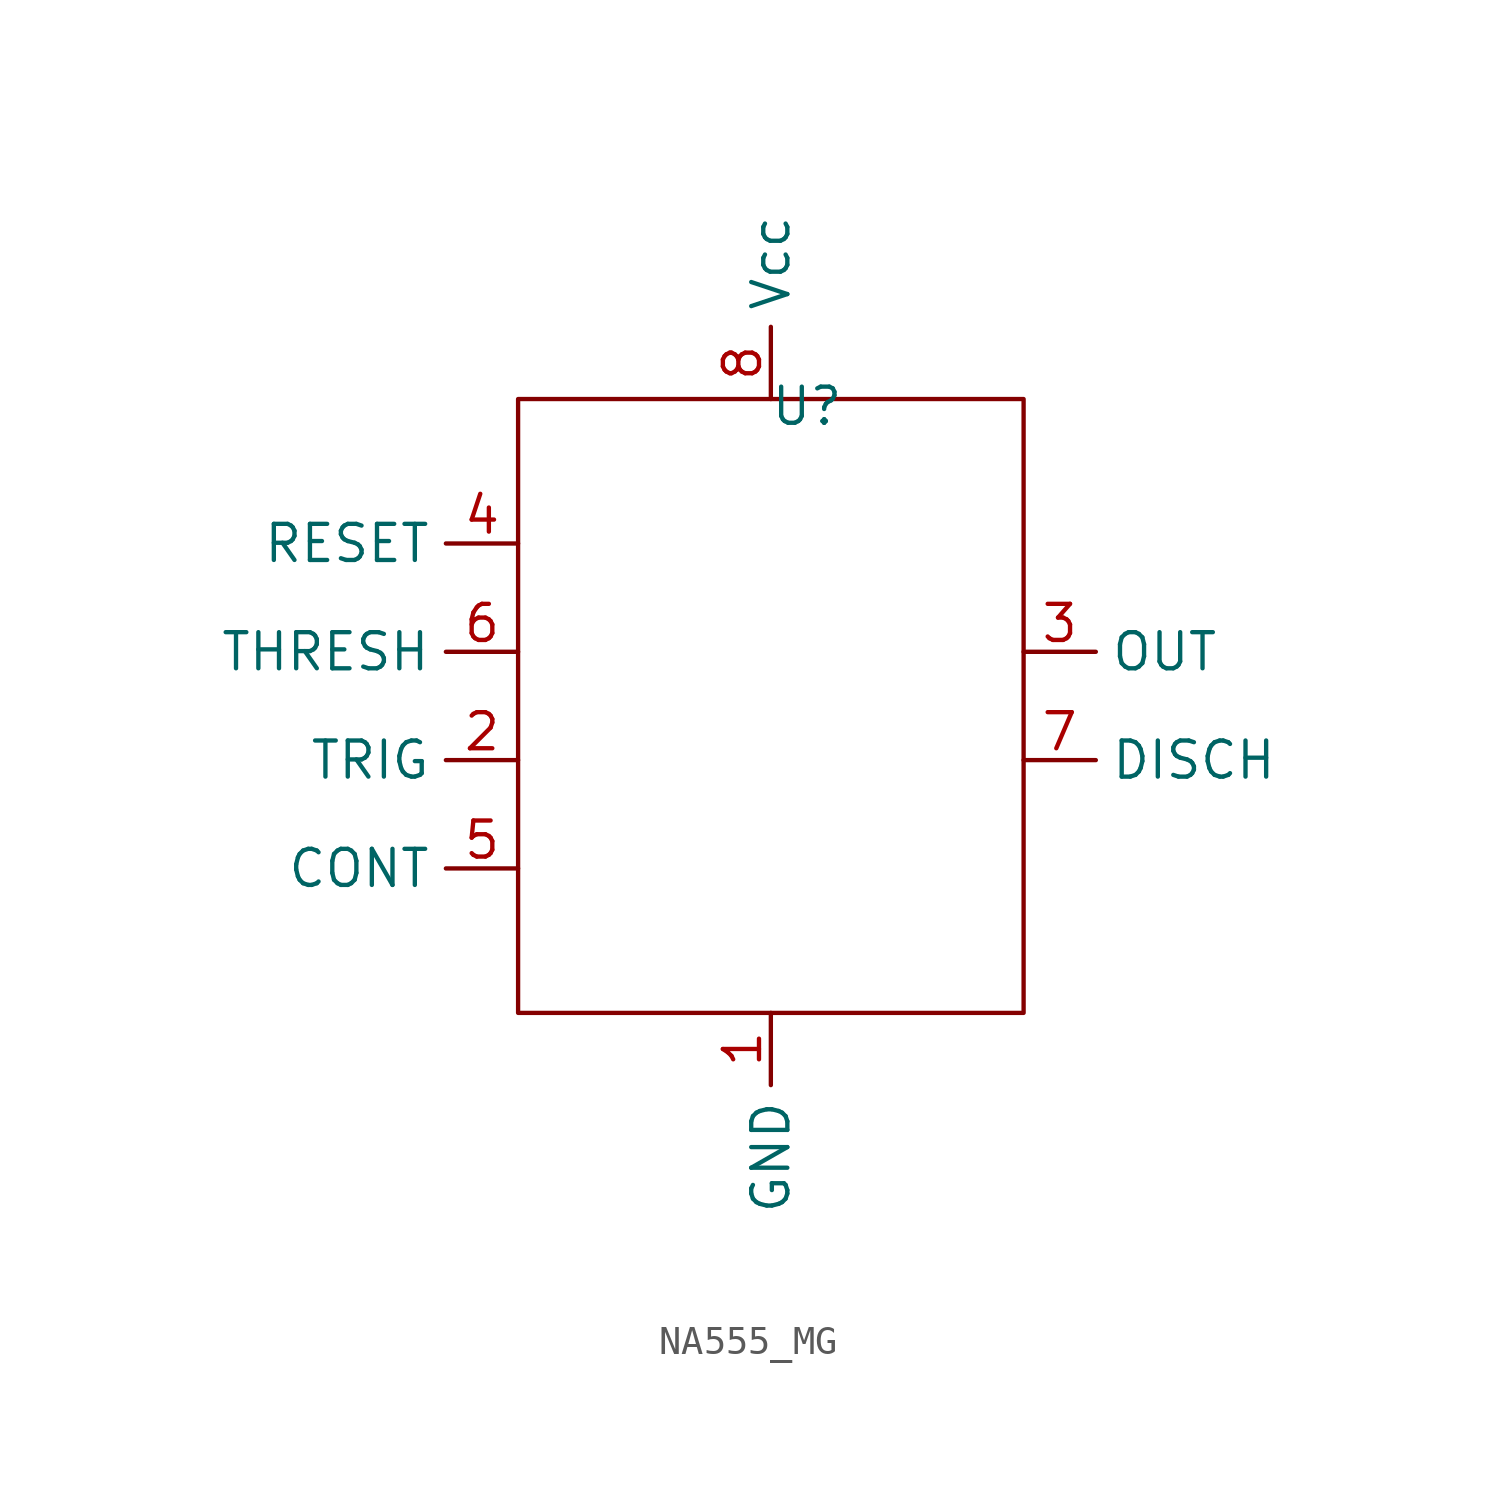
<source format=kicad_sym>
(kicad_symbol_lib
  (version 20231120)
  (generator "kicad_symbol_editor")
  (generator_version "8.0")
  (symbol "NA555_MG"
    (property "Reference" "U"
      (at 1.27 8.636 0)
      (effects (font (size 1.27 1.27))))
    (property "Value" ""
      (at 0 0 0)
      (effects (font (size 1.27 1.27))))
    (symbol "NA555_MG_0_1"
      (rectangle (start -8.89 8.89) (end 8.89 -12.7) (stroke (width 0) (type default)) (fill (type none))))
    (symbol "NA555_MG_1_1"
      (pin input line (at 0 -12.7 270) (length 2.54) (name "GND" (effects (font (size 1.27 1.27)))) (number "1" (effects (font (size 1.27 1.27)))))
      (pin input line (at -8.89 -3.81 180) (length 2.54) (name "TRIG" (effects (font (size 1.27 1.27)))) (number "2" (effects (font (size 1.27 1.27)))))
      (pin output line (at 8.89 0 0) (length 2.54) (name "OUT" (effects (font (size 1.27 1.27)))) (number "3" (effects (font (size 1.27 1.27)))))
      (pin input line (at -8.89 3.81 180) (length 2.54) (name "RESET" (effects (font (size 1.27 1.27)))) (number "4" (effects (font (size 1.27 1.27)))))
      (pin bidirectional line (at -8.89 -7.62 180) (length 2.54) (name "CONT" (effects (font (size 1.27 1.27)))) (number "5" (effects (font (size 1.27 1.27)))))
      (pin input line (at -8.89 0 180) (length 2.54) (name "THRESH" (effects (font (size 1.27 1.27)))) (number "6" (effects (font (size 1.27 1.27)))))
      (pin output line (at 8.89 -3.81 0) (length 2.54) (name "DISCH" (effects (font (size 1.27 1.27)))) (number "7" (effects (font (size 1.27 1.27)))))
      (pin power_in line (at 0 8.89 90) (length 2.54) (name "Vcc" (effects (font (size 1.27 1.27)))) (number "8" (effects (font (size 1.27 1.27))))))))
</source>
